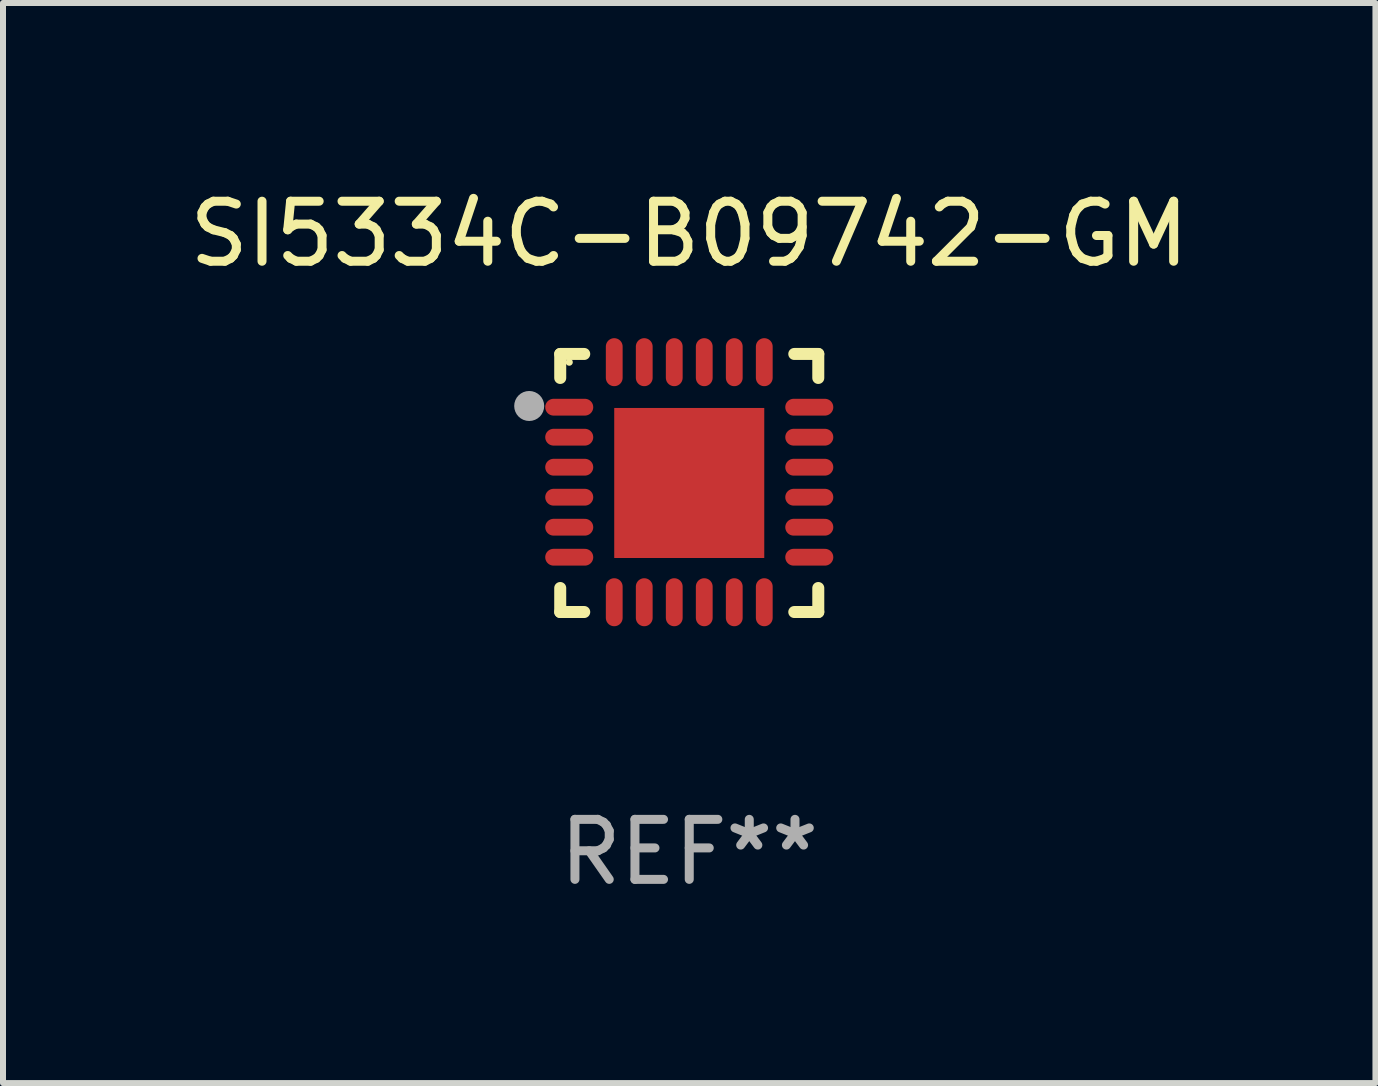
<source format=kicad_pcb>
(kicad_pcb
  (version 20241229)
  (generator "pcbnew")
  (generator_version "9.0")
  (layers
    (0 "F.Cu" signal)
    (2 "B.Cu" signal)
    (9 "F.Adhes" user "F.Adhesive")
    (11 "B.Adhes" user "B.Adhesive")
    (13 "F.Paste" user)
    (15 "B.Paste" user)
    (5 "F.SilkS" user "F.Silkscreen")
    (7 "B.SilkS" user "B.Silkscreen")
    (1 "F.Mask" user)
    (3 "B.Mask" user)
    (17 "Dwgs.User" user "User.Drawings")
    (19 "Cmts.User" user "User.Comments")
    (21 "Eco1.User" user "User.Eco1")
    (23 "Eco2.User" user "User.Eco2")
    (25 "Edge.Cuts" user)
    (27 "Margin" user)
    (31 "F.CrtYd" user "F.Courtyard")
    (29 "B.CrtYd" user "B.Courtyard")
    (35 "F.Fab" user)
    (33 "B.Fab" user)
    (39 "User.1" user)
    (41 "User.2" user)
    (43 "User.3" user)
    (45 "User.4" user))
  (footprint "SI5334C-B09742-GM"
    (layer "F.Cu")
    (at 8.435 4.998)
    (property "Reference" "SI5334C-B09742-GM" (at 0 -4.15 0) (layer "F.SilkS") (effects (font (size 1 1) (thickness 0.15))))
    (attr through_hole)
    (fp_line (start -2.15 -2.15) (end -1.75 -2.15) (stroke (width 0.2) (type solid)) (layer "F.SilkS"))
    (fp_line (start -2.15 -1.75) (end -2.15 -2.15) (stroke (width 0.2) (type solid)) (layer "F.SilkS"))
    (fp_line (start -2.15 2.15) (end -2.15 1.75) (stroke (width 0.2) (type solid)) (layer "F.SilkS"))
    (fp_line (start -1.75 2.15) (end -2.15 2.15) (stroke (width 0.2) (type solid)) (layer "F.SilkS"))
    (fp_line (start 1.75 -2.15) (end 2.15 -2.15) (stroke (width 0.2) (type solid)) (layer "F.SilkS"))
    (fp_line (start 1.75 2.15) (end 2.15 2.15) (stroke (width 0.2) (type solid)) (layer "F.SilkS"))
    (fp_line (start 2.15 -2.15) (end 2.15 -1.75) (stroke (width 0.2) (type solid)) (layer "F.SilkS"))
    (fp_line (start 2.15 2.15) (end 2.15 1.75) (stroke (width 0.2) (type solid)) (layer "F.SilkS"))
    (fp_circle (center -2 -2.013) (end -1.97 -2.013) (stroke (width 0.06) (type solid)) (fill no) (layer "F.SilkS"))
    (fp_circle (center -2.667 -1.283) (end -2.542 -1.283) (stroke (width 0.25) (type solid)) (fill no) (layer "F.Fab"))
    (fp_text user "REF**" (at 0 6.15 0) (layer "F.Fab") (effects (font (size 1 1) (thickness 0.15))))
    (pad "1" smd oval (at -2 -1.263) (size 0.8 0.28) (layers "F.Cu" "F.Mask" "F.Paste"))
    (pad "2" smd oval (at -2 -0.763) (size 0.8 0.28) (layers "F.Cu" "F.Mask" "F.Paste"))
    (pad "3" smd oval (at -2 -0.263) (size 0.8 0.28) (layers "F.Cu" "F.Mask" "F.Paste"))
    (pad "4" smd oval (at -2 0.237) (size 0.8 0.28) (layers "F.Cu" "F.Mask" "F.Paste"))
    (pad "5" smd oval (at -2 0.737) (size 0.8 0.28) (layers "F.Cu" "F.Mask" "F.Paste"))
    (pad "6" smd oval (at -2 1.237) (size 0.8 0.28) (layers "F.Cu" "F.Mask" "F.Paste"))
    (pad "7" smd oval (at -1.25 1.987) (size 0.28 0.8) (layers "F.Cu" "F.Mask" "F.Paste"))
    (pad "8" smd oval (at -0.75 1.987) (size 0.28 0.8) (layers "F.Cu" "F.Mask" "F.Paste"))
    (pad "9" smd oval (at -0.25 1.987) (size 0.28 0.8) (layers "F.Cu" "F.Mask" "F.Paste"))
    (pad "10" smd oval (at 0.25 1.987) (size 0.28 0.8) (layers "F.Cu" "F.Mask" "F.Paste"))
    (pad "11" smd oval (at 0.75 1.987) (size 0.28 0.8) (layers "F.Cu" "F.Mask" "F.Paste"))
    (pad "12" smd oval (at 1.25 1.987) (size 0.28 0.8) (layers "F.Cu" "F.Mask" "F.Paste"))
    (pad "13" smd oval (at 2 1.237) (size 0.8 0.28) (layers "F.Cu" "F.Mask" "F.Paste"))
    (pad "14" smd oval (at 2 0.737) (size 0.8 0.28) (layers "F.Cu" "F.Mask" "F.Paste"))
    (pad "15" smd oval (at 2 0.237) (size 0.8 0.28) (layers "F.Cu" "F.Mask" "F.Paste"))
    (pad "16" smd oval (at 2 -0.263) (size 0.8 0.28) (layers "F.Cu" "F.Mask" "F.Paste"))
    (pad "17" smd oval (at 2 -0.763) (size 0.8 0.28) (layers "F.Cu" "F.Mask" "F.Paste"))
    (pad "18" smd oval (at 2 -1.263) (size 0.8 0.28) (layers "F.Cu" "F.Mask" "F.Paste"))
    (pad "19" smd oval (at 1.25 -2.013) (size 0.28 0.8) (layers "F.Cu" "F.Mask" "F.Paste"))
    (pad "20" smd oval (at 0.75 -2.013) (size 0.28 0.8) (layers "F.Cu" "F.Mask" "F.Paste"))
    (pad "21" smd oval (at 0.25 -2.013) (size 0.28 0.8) (layers "F.Cu" "F.Mask" "F.Paste"))
    (pad "22" smd oval (at -0.25 -2.013) (size 0.28 0.8) (layers "F.Cu" "F.Mask" "F.Paste"))
    (pad "23" smd oval (at -0.75 -2.013) (size 0.28 0.8) (layers "F.Cu" "F.Mask" "F.Paste"))
    (pad "24" smd oval (at -1.25 -2.013) (size 0.28 0.8) (layers "F.Cu" "F.Mask" "F.Paste"))
    (pad "25" smd rect (at -0.000127 -0.00014) (size 2.5 2.5) (layers "F.Cu" "F.Mask" "F.Paste")))
  (gr_rect
    (start -3 -3)
    (end 19.869 14.997)
    (stroke (width 0.1) (type default))
    (fill no)
    (layer "Edge.Cuts")))
</source>
